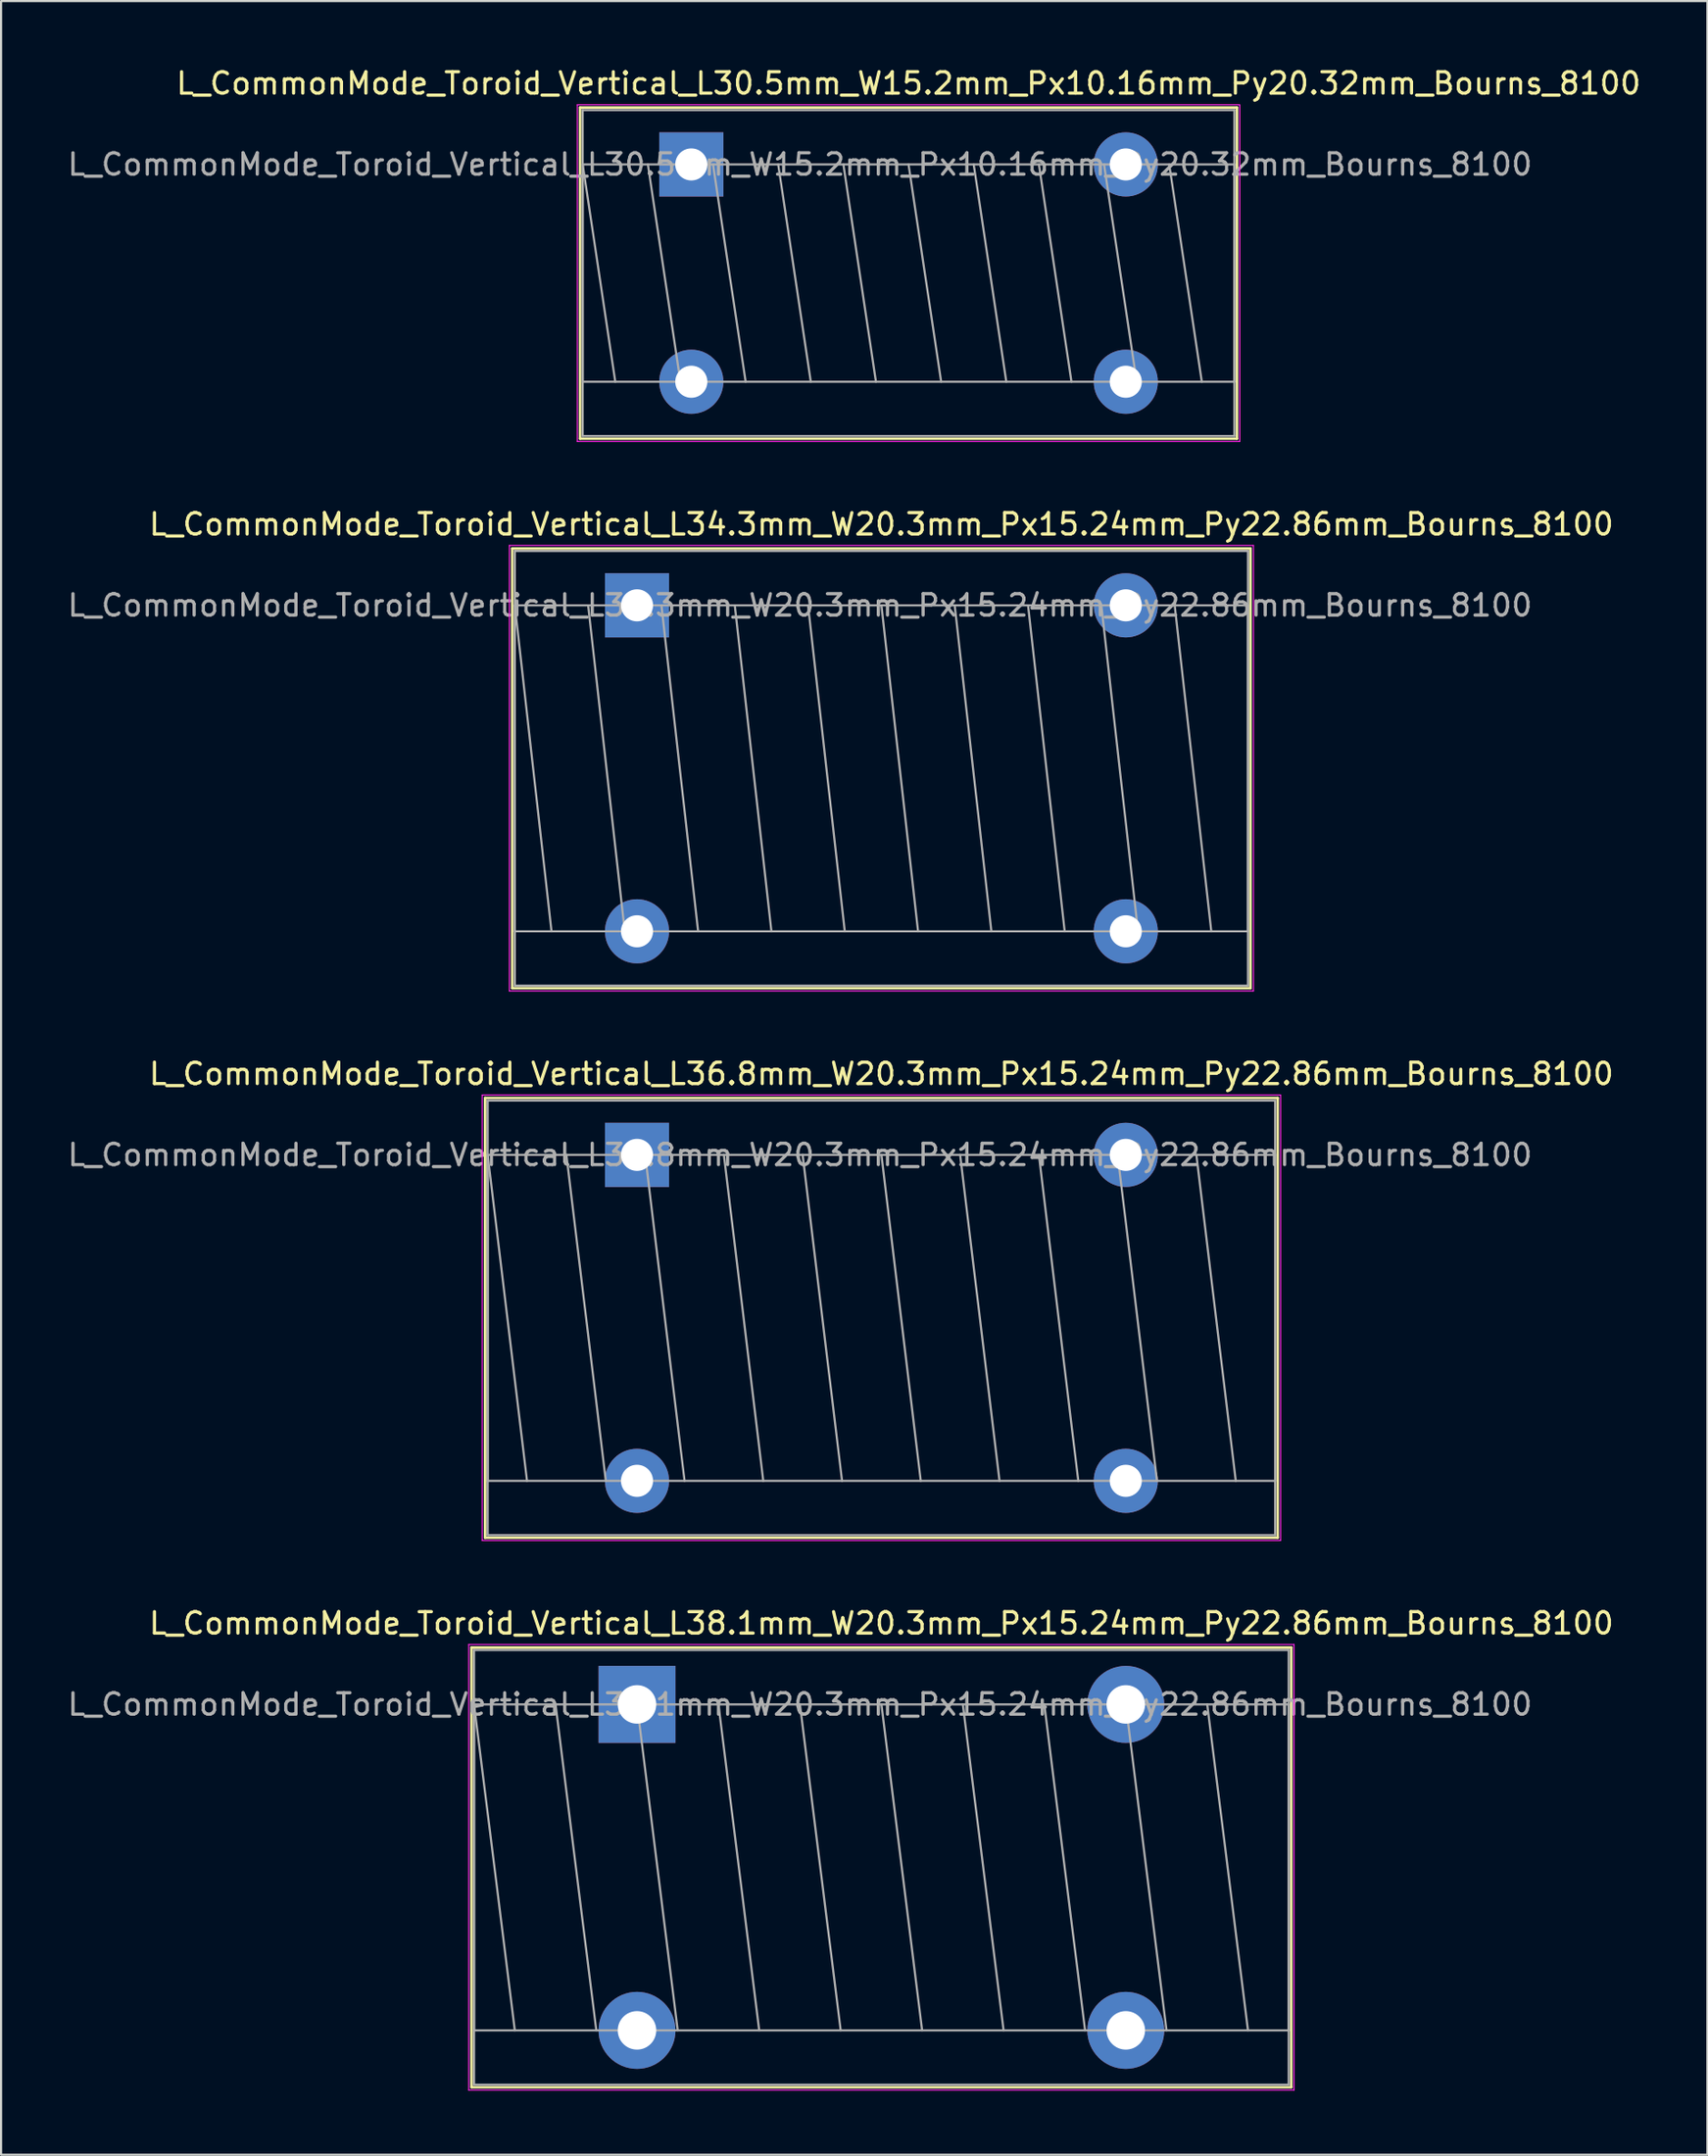
<source format=kicad_pcb>
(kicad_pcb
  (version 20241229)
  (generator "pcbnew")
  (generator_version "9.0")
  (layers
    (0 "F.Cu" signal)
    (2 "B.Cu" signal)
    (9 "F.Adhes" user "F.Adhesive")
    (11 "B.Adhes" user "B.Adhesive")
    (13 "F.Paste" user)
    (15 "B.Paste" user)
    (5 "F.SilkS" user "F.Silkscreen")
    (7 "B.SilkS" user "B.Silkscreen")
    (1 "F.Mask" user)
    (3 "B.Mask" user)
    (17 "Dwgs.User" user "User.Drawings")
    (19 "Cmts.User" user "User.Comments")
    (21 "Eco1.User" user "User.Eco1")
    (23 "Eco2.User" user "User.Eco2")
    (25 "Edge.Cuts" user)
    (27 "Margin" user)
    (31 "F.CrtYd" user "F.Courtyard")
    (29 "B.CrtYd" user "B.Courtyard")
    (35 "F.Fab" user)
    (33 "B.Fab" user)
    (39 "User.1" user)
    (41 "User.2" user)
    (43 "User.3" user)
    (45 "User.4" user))
  (footprint "L_CommonMode_Toroid_Vertical_L30.5mm_W15.2mm_Px10.16mm_Py20.32mm_Bourns_8100"
    (layer "F.Cu")
    (at 29.283 4.638)
    (property "Reference" "L_CommonMode_Toroid_Vertical_L30.5mm_W15.2mm_Px10.16mm_Py20.32mm_Bourns_8100" (at 10.16 -3.79 0) (layer "F.SilkS") (effects (font (size 1 1) (thickness 0.15))))
    (attr through_hole)
    (fp_line (start -5.2 -2.66) (end -5.2 12.82) (stroke (width 0.12) (type solid)) (layer "F.SilkS"))
    (fp_line (start -5.2 -2.66) (end 25.52 -2.66) (stroke (width 0.12) (type solid)) (layer "F.SilkS"))
    (fp_line (start -5.2 12.82) (end 25.52 12.82) (stroke (width 0.12) (type solid)) (layer "F.SilkS"))
    (fp_line (start 25.52 -2.66) (end 25.52 12.82) (stroke (width 0.12) (type solid)) (layer "F.SilkS"))
    (fp_line (start -5.33 -2.79) (end -5.33 12.95) (stroke (width 0.05) (type solid)) (layer "F.CrtYd"))
    (fp_line (start -5.33 12.95) (end 25.65 12.95) (stroke (width 0.05) (type solid)) (layer "F.CrtYd"))
    (fp_line (start 25.65 -2.79) (end -5.33 -2.79) (stroke (width 0.05) (type solid)) (layer "F.CrtYd"))
    (fp_line (start 25.65 12.95) (end 25.65 -2.79) (stroke (width 0.05) (type solid)) (layer "F.CrtYd"))
    (fp_line (start -5.08 -2.54) (end -5.08 12.7) (stroke (width 0.1) (type solid)) (layer "F.Fab"))
    (fp_line (start -5.08 0) (end -5.08 10.16) (stroke (width 0.1) (type solid)) (layer "F.Fab"))
    (fp_line (start -5.08 0) (end -3.556 10.16) (stroke (width 0.1) (type solid)) (layer "F.Fab"))
    (fp_line (start -5.08 10.16) (end 25.4 10.16) (stroke (width 0.1) (type solid)) (layer "F.Fab"))
    (fp_line (start -5.08 12.7) (end 25.4 12.7) (stroke (width 0.1) (type solid)) (layer "F.Fab"))
    (fp_line (start -2.032 0) (end -0.508 10.16) (stroke (width 0.1) (type solid)) (layer "F.Fab"))
    (fp_line (start 1.016 0) (end 2.54 10.16) (stroke (width 0.1) (type solid)) (layer "F.Fab"))
    (fp_line (start 4.064 0) (end 5.588 10.16) (stroke (width 0.1) (type solid)) (layer "F.Fab"))
    (fp_line (start 7.112 0) (end 8.636 10.16) (stroke (width 0.1) (type solid)) (layer "F.Fab"))
    (fp_line (start 10.16 0) (end 11.684 10.16) (stroke (width 0.1) (type solid)) (layer "F.Fab"))
    (fp_line (start 13.208 0) (end 14.732 10.16) (stroke (width 0.1) (type solid)) (layer "F.Fab"))
    (fp_line (start 16.256 0) (end 17.78 10.16) (stroke (width 0.1) (type solid)) (layer "F.Fab"))
    (fp_line (start 19.304 0) (end 20.828 10.16) (stroke (width 0.1) (type solid)) (layer "F.Fab"))
    (fp_line (start 22.352 0) (end 23.876 10.16) (stroke (width 0.1) (type solid)) (layer "F.Fab"))
    (fp_line (start 25.4 -2.54) (end -5.08 -2.54) (stroke (width 0.1) (type solid)) (layer "F.Fab"))
    (fp_line (start 25.4 0) (end -5.08 0) (stroke (width 0.1) (type solid)) (layer "F.Fab"))
    (fp_line (start 25.4 10.16) (end 25.4 0) (stroke (width 0.1) (type solid)) (layer "F.Fab"))
    (fp_line (start 25.4 12.7) (end 25.4 -2.54) (stroke (width 0.1) (type solid)) (layer "F.Fab"))
    (fp_text user "${REFERENCE}" (at 5.08 0 0) (layer "F.Fab") (effects (font (size 1 1) (thickness 0.15))))
    (pad "1" thru_hole rect (at 0 0) (size 3 3) (drill 1.5) (layers "*.Cu" "*.Mask"))
    (pad "2" thru_hole circle (at 0 10.16) (size 3 3) (drill 1.5) (layers "*.Cu" "*.Mask"))
    (pad "3" thru_hole circle (at 20.32 10.16) (size 3 3) (drill 1.5) (layers "*.Cu" "*.Mask"))
    (pad "4" thru_hole circle (at 20.32 0) (size 3 3) (drill 1.5) (layers "*.Cu" "*.Mask")))
  (footprint "L_CommonMode_Toroid_Vertical_L36.8mm_W20.3mm_Px15.24mm_Py22.86mm_Bourns_8100"
    (layer "F.Cu")
    (at 26.743 50.945)
    (property "Reference" "L_CommonMode_Toroid_Vertical_L36.8mm_W20.3mm_Px15.24mm_Py22.86mm_Bourns_8100" (at 11.43 -3.79 0) (layer "F.SilkS") (effects (font (size 1 1) (thickness 0.15))))
    (attr through_hole)
    (fp_line (start -7.105 -2.66) (end -7.105 17.9) (stroke (width 0.12) (type solid)) (layer "F.SilkS"))
    (fp_line (start -7.105 -2.66) (end 29.965 -2.66) (stroke (width 0.12) (type solid)) (layer "F.SilkS"))
    (fp_line (start -7.105 17.9) (end 29.965 17.9) (stroke (width 0.12) (type solid)) (layer "F.SilkS"))
    (fp_line (start 29.965 -2.66) (end 29.965 17.9) (stroke (width 0.12) (type solid)) (layer "F.SilkS"))
    (fp_line (start -7.24 -2.8) (end -7.24 18.03) (stroke (width 0.05) (type solid)) (layer "F.CrtYd"))
    (fp_line (start -7.24 18.03) (end 30.1 18.03) (stroke (width 0.05) (type solid)) (layer "F.CrtYd"))
    (fp_line (start 30.1 -2.8) (end -7.24 -2.8) (stroke (width 0.05) (type solid)) (layer "F.CrtYd"))
    (fp_line (start 30.1 18.03) (end 30.1 -2.8) (stroke (width 0.05) (type solid)) (layer "F.CrtYd"))
    (fp_line (start -6.985 -2.54) (end -6.985 17.78) (stroke (width 0.1) (type solid)) (layer "F.Fab"))
    (fp_line (start -6.985 0) (end -6.985 15.24) (stroke (width 0.1) (type solid)) (layer "F.Fab"))
    (fp_line (start -6.985 0) (end -5.144 15.24) (stroke (width 0.1) (type solid)) (layer "F.Fab"))
    (fp_line (start -6.985 15.24) (end 29.845 15.24) (stroke (width 0.1) (type solid)) (layer "F.Fab"))
    (fp_line (start -6.985 17.78) (end 29.845 17.78) (stroke (width 0.1) (type solid)) (layer "F.Fab"))
    (fp_line (start -3.302 0) (end -1.46 15.24) (stroke (width 0.1) (type solid)) (layer "F.Fab"))
    (fp_line (start 0.381 0) (end 2.223 15.24) (stroke (width 0.1) (type solid)) (layer "F.Fab"))
    (fp_line (start 4.064 0) (end 5.905 15.24) (stroke (width 0.1) (type solid)) (layer "F.Fab"))
    (fp_line (start 7.747 0) (end 9.588 15.24) (stroke (width 0.1) (type solid)) (layer "F.Fab"))
    (fp_line (start 11.43 0) (end 13.271 15.24) (stroke (width 0.1) (type solid)) (layer "F.Fab"))
    (fp_line (start 15.113 0) (end 16.954 15.24) (stroke (width 0.1) (type solid)) (layer "F.Fab"))
    (fp_line (start 18.796 0) (end 20.637 15.24) (stroke (width 0.1) (type solid)) (layer "F.Fab"))
    (fp_line (start 22.479 0) (end 24.32 15.24) (stroke (width 0.1) (type solid)) (layer "F.Fab"))
    (fp_line (start 26.162 0) (end 28.003 15.24) (stroke (width 0.1) (type solid)) (layer "F.Fab"))
    (fp_line (start 29.845 -2.54) (end -6.985 -2.54) (stroke (width 0.1) (type solid)) (layer "F.Fab"))
    (fp_line (start 29.845 0) (end -6.985 0) (stroke (width 0.1) (type solid)) (layer "F.Fab"))
    (fp_line (start 29.845 15.24) (end 29.845 0) (stroke (width 0.1) (type solid)) (layer "F.Fab"))
    (fp_line (start 29.845 17.78) (end 29.845 -2.54) (stroke (width 0.1) (type solid)) (layer "F.Fab"))
    (fp_text user "${REFERENCE}" (at 7.62 0 0) (layer "F.Fab") (effects (font (size 1 1) (thickness 0.15))))
    (pad "1" thru_hole rect (at 0 0) (size 3 3) (drill 1.5) (layers "*.Cu" "*.Mask"))
    (pad "2" thru_hole circle (at 0 15.24) (size 3 3) (drill 1.5) (layers "*.Cu" "*.Mask"))
    (pad "3" thru_hole circle (at 22.86 15.24) (size 3 3) (drill 1.5) (layers "*.Cu" "*.Mask"))
    (pad "4" thru_hole circle (at 22.86 0) (size 3 3) (drill 1.5) (layers "*.Cu" "*.Mask")))
  (footprint "L_CommonMode_Toroid_Vertical_L38.1mm_W20.3mm_Px15.24mm_Py22.86mm_Bourns_8100"
    (layer "F.Cu")
    (at 26.743 76.638)
    (property "Reference" "L_CommonMode_Toroid_Vertical_L38.1mm_W20.3mm_Px15.24mm_Py22.86mm_Bourns_8100" (at 11.43 -3.79 0) (layer "F.SilkS") (effects (font (size 1 1) (thickness 0.15))))
    (attr through_hole)
    (fp_line (start -7.74 -2.66) (end -7.74 17.9) (stroke (width 0.12) (type solid)) (layer "F.SilkS"))
    (fp_line (start -7.74 -2.66) (end 30.6 -2.66) (stroke (width 0.12) (type solid)) (layer "F.SilkS"))
    (fp_line (start -7.74 17.9) (end 30.6 17.9) (stroke (width 0.12) (type solid)) (layer "F.SilkS"))
    (fp_line (start 30.6 -2.66) (end 30.6 17.9) (stroke (width 0.12) (type solid)) (layer "F.SilkS"))
    (fp_line (start -7.87 -2.8) (end -7.87 18.03) (stroke (width 0.05) (type solid)) (layer "F.CrtYd"))
    (fp_line (start -7.87 18.03) (end 30.73 18.03) (stroke (width 0.05) (type solid)) (layer "F.CrtYd"))
    (fp_line (start 30.73 -2.8) (end -7.87 -2.8) (stroke (width 0.05) (type solid)) (layer "F.CrtYd"))
    (fp_line (start 30.73 18.03) (end 30.73 -2.8) (stroke (width 0.05) (type solid)) (layer "F.CrtYd"))
    (fp_line (start -7.62 -2.54) (end -7.62 17.78) (stroke (width 0.1) (type solid)) (layer "F.Fab"))
    (fp_line (start -7.62 0) (end -7.62 15.24) (stroke (width 0.1) (type solid)) (layer "F.Fab"))
    (fp_line (start -7.62 0) (end -5.715 15.24) (stroke (width 0.1) (type solid)) (layer "F.Fab"))
    (fp_line (start -7.62 15.24) (end 30.48 15.24) (stroke (width 0.1) (type solid)) (layer "F.Fab"))
    (fp_line (start -7.62 17.78) (end 30.48 17.78) (stroke (width 0.1) (type solid)) (layer "F.Fab"))
    (fp_line (start -3.81 0) (end -1.905 15.24) (stroke (width 0.1) (type solid)) (layer "F.Fab"))
    (fp_line (start 0 0) (end 1.905 15.24) (stroke (width 0.1) (type solid)) (layer "F.Fab"))
    (fp_line (start 3.81 0) (end 5.715 15.24) (stroke (width 0.1) (type solid)) (layer "F.Fab"))
    (fp_line (start 7.62 0) (end 9.525 15.24) (stroke (width 0.1) (type solid)) (layer "F.Fab"))
    (fp_line (start 11.43 0) (end 13.335 15.24) (stroke (width 0.1) (type solid)) (layer "F.Fab"))
    (fp_line (start 15.24 0) (end 17.145 15.24) (stroke (width 0.1) (type solid)) (layer "F.Fab"))
    (fp_line (start 19.05 0) (end 20.955 15.24) (stroke (width 0.1) (type solid)) (layer "F.Fab"))
    (fp_line (start 22.86 0) (end 24.765 15.24) (stroke (width 0.1) (type solid)) (layer "F.Fab"))
    (fp_line (start 26.67 0) (end 28.575 15.24) (stroke (width 0.1) (type solid)) (layer "F.Fab"))
    (fp_line (start 30.48 -2.54) (end -7.62 -2.54) (stroke (width 0.1) (type solid)) (layer "F.Fab"))
    (fp_line (start 30.48 0) (end -7.62 0) (stroke (width 0.1) (type solid)) (layer "F.Fab"))
    (fp_line (start 30.48 15.24) (end 30.48 0) (stroke (width 0.1) (type solid)) (layer "F.Fab"))
    (fp_line (start 30.48 17.78) (end 30.48 -2.54) (stroke (width 0.1) (type solid)) (layer "F.Fab"))
    (fp_text user "${REFERENCE}" (at 7.62 0 0) (layer "F.Fab") (effects (font (size 1 1) (thickness 0.15))))
    (pad "1" thru_hole rect (at 0 0) (size 3.6 3.6) (drill 1.8) (layers "*.Cu" "*.Mask"))
    (pad "2" thru_hole circle (at 0 15.24) (size 3.6 3.6) (drill 1.8) (layers "*.Cu" "*.Mask"))
    (pad "3" thru_hole circle (at 22.86 15.24) (size 3.6 3.6) (drill 1.8) (layers "*.Cu" "*.Mask"))
    (pad "4" thru_hole circle (at 22.86 0) (size 3.6 3.6) (drill 1.8) (layers "*.Cu" "*.Mask")))
  (footprint "L_CommonMode_Toroid_Vertical_L34.3mm_W20.3mm_Px15.24mm_Py22.86mm_Bourns_8100"
    (layer "F.Cu")
    (at 26.743 25.252)
    (property "Reference" "L_CommonMode_Toroid_Vertical_L34.3mm_W20.3mm_Px15.24mm_Py22.86mm_Bourns_8100" (at 11.43 -3.79 0) (layer "F.SilkS") (effects (font (size 1 1) (thickness 0.15))))
    (attr through_hole)
    (fp_line (start -5.835 -2.66) (end -5.835 17.9) (stroke (width 0.12) (type solid)) (layer "F.SilkS"))
    (fp_line (start -5.835 -2.66) (end 28.695 -2.66) (stroke (width 0.12) (type solid)) (layer "F.SilkS"))
    (fp_line (start -5.835 17.9) (end 28.695 17.9) (stroke (width 0.12) (type solid)) (layer "F.SilkS"))
    (fp_line (start 28.695 -2.66) (end 28.695 17.9) (stroke (width 0.12) (type solid)) (layer "F.SilkS"))
    (fp_line (start -5.97 -2.8) (end -5.97 18.03) (stroke (width 0.05) (type solid)) (layer "F.CrtYd"))
    (fp_line (start -5.97 18.03) (end 28.83 18.03) (stroke (width 0.05) (type solid)) (layer "F.CrtYd"))
    (fp_line (start 28.83 -2.8) (end -5.97 -2.8) (stroke (width 0.05) (type solid)) (layer "F.CrtYd"))
    (fp_line (start 28.83 18.03) (end 28.83 -2.8) (stroke (width 0.05) (type solid)) (layer "F.CrtYd"))
    (fp_line (start -5.715 -2.54) (end -5.715 17.78) (stroke (width 0.1) (type solid)) (layer "F.Fab"))
    (fp_line (start -5.715 0) (end -5.715 15.24) (stroke (width 0.1) (type solid)) (layer "F.Fab"))
    (fp_line (start -5.715 0) (end -4 15.24) (stroke (width 0.1) (type solid)) (layer "F.Fab"))
    (fp_line (start -5.715 15.24) (end 28.575 15.24) (stroke (width 0.1) (type solid)) (layer "F.Fab"))
    (fp_line (start -5.715 17.78) (end 28.575 17.78) (stroke (width 0.1) (type solid)) (layer "F.Fab"))
    (fp_line (start -2.286 0) (end -0.572 15.24) (stroke (width 0.1) (type solid)) (layer "F.Fab"))
    (fp_line (start 1.143 0) (end 2.857 15.24) (stroke (width 0.1) (type solid)) (layer "F.Fab"))
    (fp_line (start 4.572 0) (end 6.287 15.24) (stroke (width 0.1) (type solid)) (layer "F.Fab"))
    (fp_line (start 8.001 0) (end 9.716 15.24) (stroke (width 0.1) (type solid)) (layer "F.Fab"))
    (fp_line (start 11.43 0) (end 13.145 15.24) (stroke (width 0.1) (type solid)) (layer "F.Fab"))
    (fp_line (start 14.859 0) (end 16.573 15.24) (stroke (width 0.1) (type solid)) (layer "F.Fab"))
    (fp_line (start 18.288 0) (end 20.003 15.24) (stroke (width 0.1) (type solid)) (layer "F.Fab"))
    (fp_line (start 21.717 0) (end 23.431 15.24) (stroke (width 0.1) (type solid)) (layer "F.Fab"))
    (fp_line (start 25.146 0) (end 26.86 15.24) (stroke (width 0.1) (type solid)) (layer "F.Fab"))
    (fp_line (start 28.575 -2.54) (end -5.715 -2.54) (stroke (width 0.1) (type solid)) (layer "F.Fab"))
    (fp_line (start 28.575 0) (end -5.715 0) (stroke (width 0.1) (type solid)) (layer "F.Fab"))
    (fp_line (start 28.575 15.24) (end 28.575 0) (stroke (width 0.1) (type solid)) (layer "F.Fab"))
    (fp_line (start 28.575 17.78) (end 28.575 -2.54) (stroke (width 0.1) (type solid)) (layer "F.Fab"))
    (fp_text user "${REFERENCE}" (at 7.62 0 0) (layer "F.Fab") (effects (font (size 1 1) (thickness 0.15))))
    (pad "1" thru_hole rect (at 0 0) (size 3 3) (drill 1.5) (layers "*.Cu" "*.Mask"))
    (pad "2" thru_hole circle (at 0 15.24) (size 3 3) (drill 1.5) (layers "*.Cu" "*.Mask"))
    (pad "3" thru_hole circle (at 22.86 15.24) (size 3 3) (drill 1.5) (layers "*.Cu" "*.Mask"))
    (pad "4" thru_hole circle (at 22.86 0) (size 3 3) (drill 1.5) (layers "*.Cu" "*.Mask")))
  (gr_rect
    (start -3 -3)
    (end 76.806 97.693)
    (stroke (width 0.1) (type default))
    (fill no)
    (layer "Edge.Cuts")))
</source>
